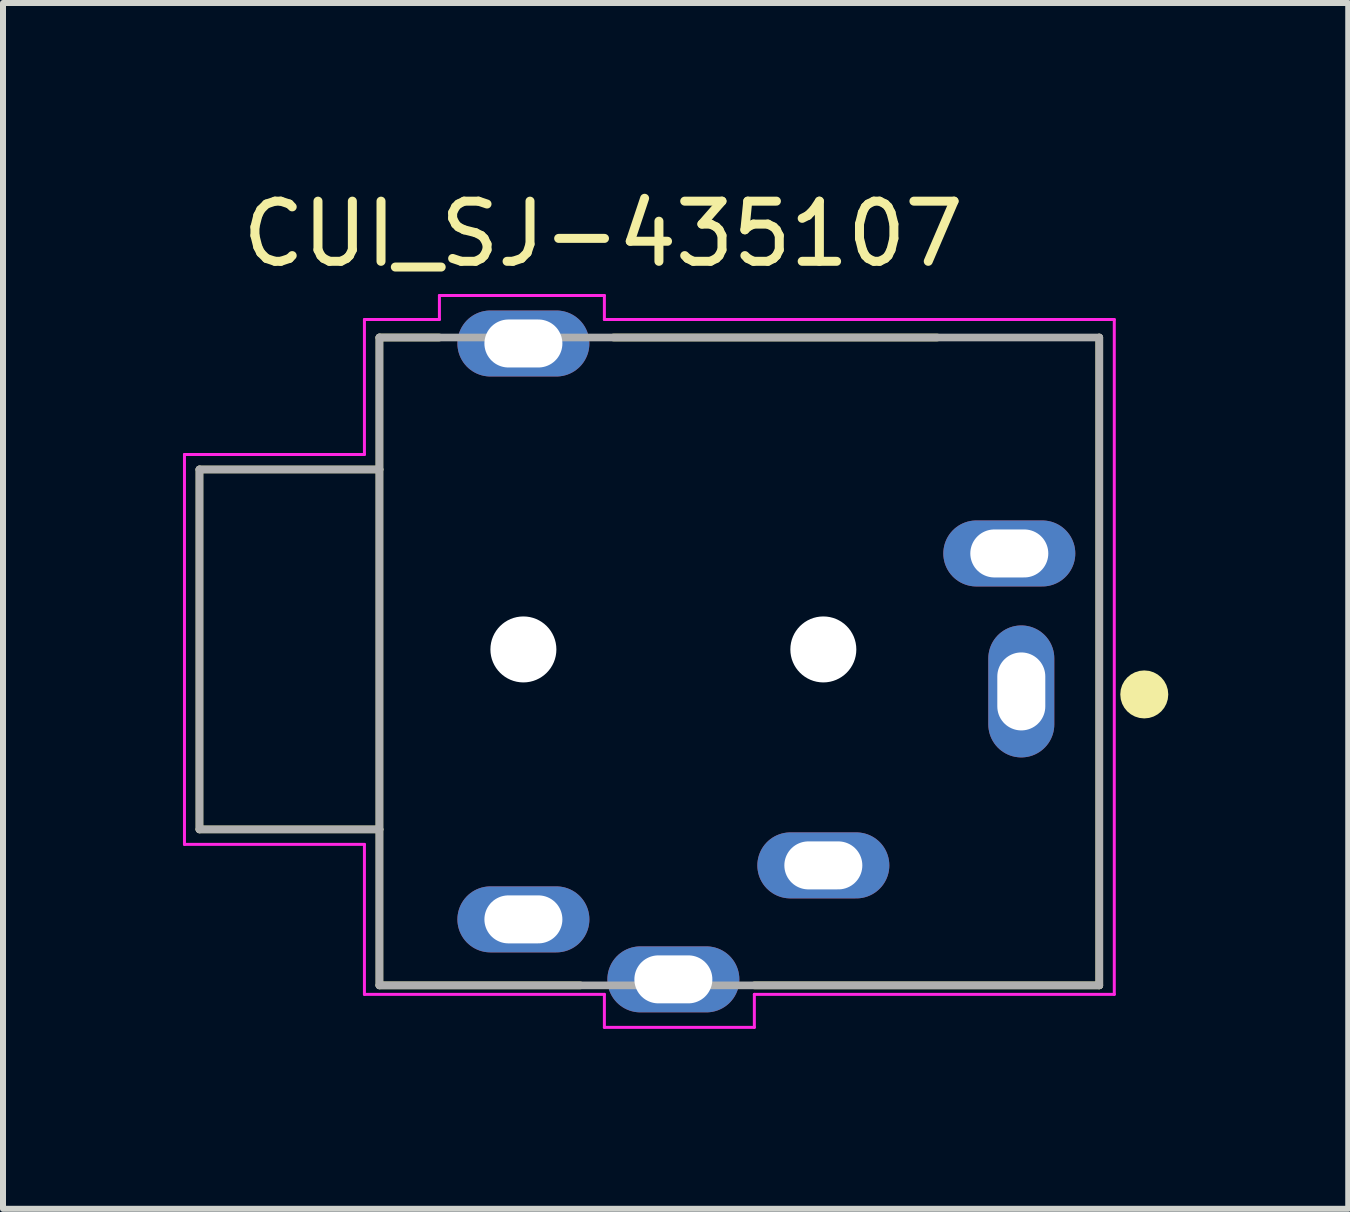
<source format=kicad_pcb>
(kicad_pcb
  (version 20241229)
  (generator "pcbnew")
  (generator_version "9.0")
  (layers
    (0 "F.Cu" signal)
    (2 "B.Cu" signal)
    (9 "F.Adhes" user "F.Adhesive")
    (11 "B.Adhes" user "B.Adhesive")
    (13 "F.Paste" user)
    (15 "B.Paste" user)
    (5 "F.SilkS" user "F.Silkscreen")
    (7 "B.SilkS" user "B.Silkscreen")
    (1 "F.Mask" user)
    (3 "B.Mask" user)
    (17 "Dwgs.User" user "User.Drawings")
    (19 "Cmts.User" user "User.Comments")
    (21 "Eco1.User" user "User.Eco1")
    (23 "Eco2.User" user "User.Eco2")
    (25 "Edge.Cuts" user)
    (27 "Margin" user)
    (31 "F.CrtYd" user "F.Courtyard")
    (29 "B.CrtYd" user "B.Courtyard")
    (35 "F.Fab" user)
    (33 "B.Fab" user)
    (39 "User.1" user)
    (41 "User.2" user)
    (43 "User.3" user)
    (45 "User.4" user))
  (footprint "CUI_SJ-435107"
    (layer "F.Cu")
    (at 9.275 7.776)
    (property "Reference" "CUI_SJ-435107" (at -2.272 -6.926 0) (layer "F.SilkS") (effects (font (size 1.003 1.003) (thickness 0.15))))
    (attr through_hole)
    (fp_line (start -9 -3) (end -9 3) (stroke (width 0.127) (type solid)) (layer "F.SilkS"))
    (fp_line (start -9 3) (end -6 3) (stroke (width 0.127) (type solid)) (layer "F.SilkS"))
    (fp_line (start -6 -5.2) (end -6 -3) (stroke (width 0.127) (type solid)) (layer "F.SilkS"))
    (fp_line (start -6 -3) (end -9 -3) (stroke (width 0.127) (type solid)) (layer "F.SilkS"))
    (fp_line (start -6 -3) (end -6 3) (stroke (width 0.127) (type solid)) (layer "F.SilkS"))
    (fp_line (start -6 3) (end -6 5.6) (stroke (width 0.127) (type solid)) (layer "F.SilkS"))
    (fp_line (start -6 5.6) (end -2.65 5.6) (stroke (width 0.127) (type solid)) (layer "F.SilkS"))
    (fp_line (start -5 -5.2) (end -6 -5.2) (stroke (width 0.127) (type solid)) (layer "F.SilkS"))
    (fp_line (start 0.25 5.6) (end 6 5.6) (stroke (width 0.127) (type solid)) (layer "F.SilkS"))
    (fp_line (start 3.3 -5.2) (end -2.1 -5.2) (stroke (width 0.127) (type solid)) (layer "F.SilkS"))
    (fp_line (start 6 5.6) (end 6 -5.2) (stroke (width 0.127) (type solid)) (layer "F.SilkS"))
    (fp_circle (center 6.75 0.75) (end 6.95 0.75) (stroke (width 0.4) (type solid)) (fill no) (layer "F.SilkS"))
    (fp_line (start -9.25 -3.25) (end -6.25 -3.25) (stroke (width 0.05) (type solid)) (layer "F.CrtYd"))
    (fp_line (start -9.25 3.25) (end -9.25 -3.25) (stroke (width 0.05) (type solid)) (layer "F.CrtYd"))
    (fp_line (start -6.25 -5.5) (end -5 -5.5) (stroke (width 0.05) (type solid)) (layer "F.CrtYd"))
    (fp_line (start -6.25 -3.25) (end -6.25 -5.5) (stroke (width 0.05) (type solid)) (layer "F.CrtYd"))
    (fp_line (start -6.25 3.25) (end -9.25 3.25) (stroke (width 0.05) (type solid)) (layer "F.CrtYd"))
    (fp_line (start -6.25 5.75) (end -6.25 3.25) (stroke (width 0.05) (type solid)) (layer "F.CrtYd"))
    (fp_line (start -5 -5.9) (end -2.25 -5.9) (stroke (width 0.05) (type solid)) (layer "F.CrtYd"))
    (fp_line (start -5 -5.5) (end -5 -5.9) (stroke (width 0.05) (type solid)) (layer "F.CrtYd"))
    (fp_line (start -2.25 -5.9) (end -2.25 -5.5) (stroke (width 0.05) (type solid)) (layer "F.CrtYd"))
    (fp_line (start -2.25 -5.5) (end 6.25 -5.5) (stroke (width 0.05) (type solid)) (layer "F.CrtYd"))
    (fp_line (start -2.25 5.75) (end -6.25 5.75) (stroke (width 0.05) (type solid)) (layer "F.CrtYd"))
    (fp_line (start -2.25 6.3) (end -2.25 5.75) (stroke (width 0.05) (type solid)) (layer "F.CrtYd"))
    (fp_line (start 0.25 5.75) (end 0.25 6.3) (stroke (width 0.05) (type solid)) (layer "F.CrtYd"))
    (fp_line (start 0.25 6.3) (end -2.25 6.3) (stroke (width 0.05) (type solid)) (layer "F.CrtYd"))
    (fp_line (start 6.25 -5.5) (end 6.25 5.75) (stroke (width 0.05) (type solid)) (layer "F.CrtYd"))
    (fp_line (start 6.25 5.75) (end 0.25 5.75) (stroke (width 0.05) (type solid)) (layer "F.CrtYd"))
    (fp_line (start -9 -3) (end -9 3) (stroke (width 0.127) (type solid)) (layer "F.Fab"))
    (fp_line (start -6 -5.2) (end 6 -5.2) (stroke (width 0.127) (type solid)) (layer "F.Fab"))
    (fp_line (start -6 -3) (end -9 -3) (stroke (width 0.127) (type solid)) (layer "F.Fab"))
    (fp_line (start -6 -3) (end -6 -5.2) (stroke (width 0.127) (type solid)) (layer "F.Fab"))
    (fp_line (start -6 3) (end -9 3) (stroke (width 0.127) (type solid)) (layer "F.Fab"))
    (fp_line (start -6 3) (end -6 -3) (stroke (width 0.127) (type solid)) (layer "F.Fab"))
    (fp_line (start -6 5.6) (end -6 3) (stroke (width 0.127) (type solid)) (layer "F.Fab"))
    (fp_line (start 6 -5.2) (end 6 5.6) (stroke (width 0.127) (type solid)) (layer "F.Fab"))
    (fp_line (start 6 5.6) (end -6 5.6) (stroke (width 0.127) (type solid)) (layer "F.Fab"))
    (pad "" np_thru_hole circle (at -3.6 0) (size 1.1 1.1) (drill 1.1) (layers "*.Cu" "*.Mask"))
    (pad "" np_thru_hole circle (at 1.4 0) (size 1.1 1.1) (drill 1.1) (layers "*.Cu" "*.Mask"))
    (pad "1" thru_hole oval (at 4.7 0.7) (size 1.1 2.2) (drill oval 0.8 1.3) (layers "*.Cu" "*.Mask"))
    (pad "2" thru_hole oval (at 1.4 3.6) (size 2.2 1.1) (drill oval 1.3 0.8) (layers "*.Cu" "*.Mask"))
    (pad "3" thru_hole oval (at 4.5 -1.6) (size 2.2 1.1) (drill oval 1.3 0.8) (layers "*.Cu" "*.Mask"))
    (pad "4" thru_hole oval (at -3.6 4.5) (size 2.2 1.1) (drill oval 1.3 0.8) (layers "*.Cu" "*.Mask"))
    (pad "SH1" thru_hole oval (at -3.6 -5.1) (size 2.2 1.1) (drill oval 1.3 0.8) (layers "*.Cu" "*.Mask"))
    (pad "SH2" thru_hole oval (at -1.1 5.5) (size 2.2 1.1) (drill oval 1.3 0.8) (layers "*.Cu" "*.Mask")))
  (gr_rect
    (start -3 -3)
    (end 19.425 17.101)
    (stroke (width 0.1) (type default))
    (fill no)
    (layer "Edge.Cuts")))
</source>
